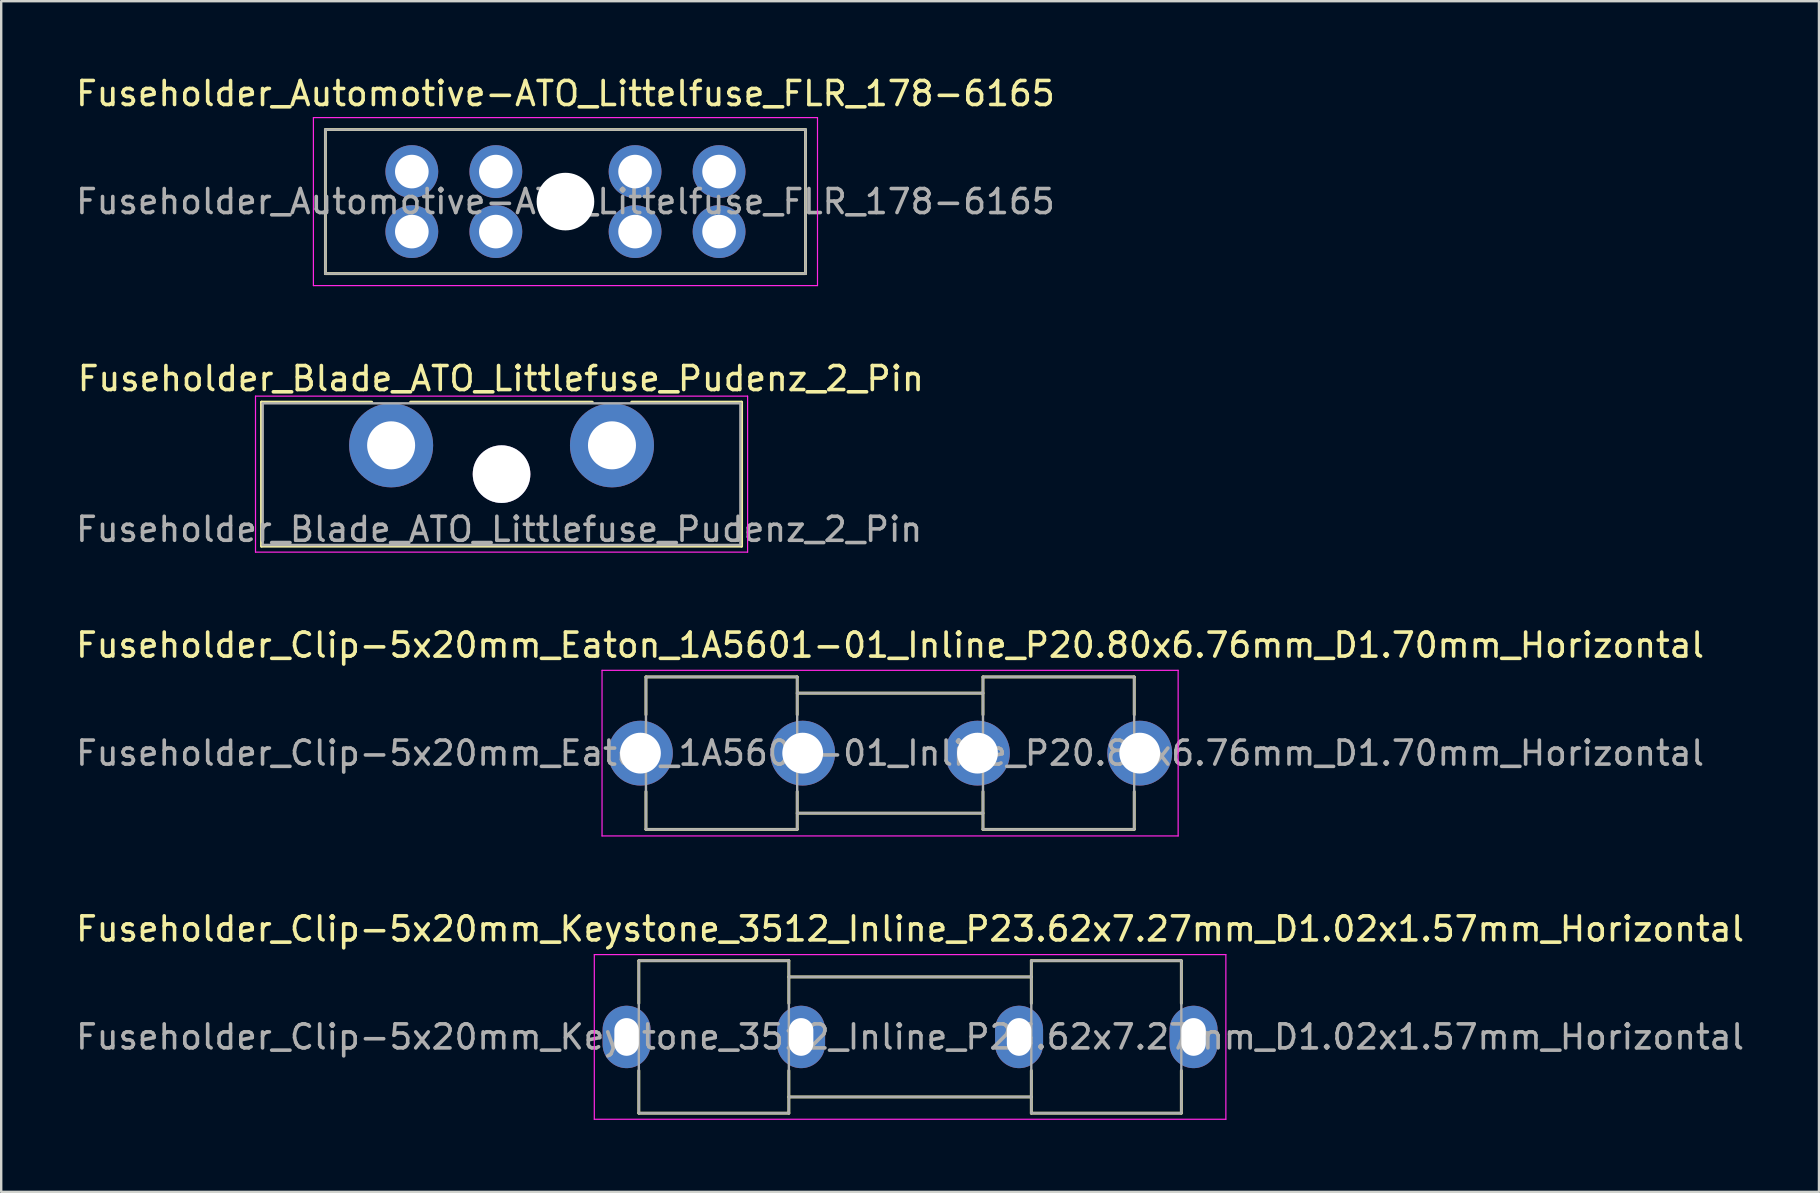
<source format=kicad_pcb>
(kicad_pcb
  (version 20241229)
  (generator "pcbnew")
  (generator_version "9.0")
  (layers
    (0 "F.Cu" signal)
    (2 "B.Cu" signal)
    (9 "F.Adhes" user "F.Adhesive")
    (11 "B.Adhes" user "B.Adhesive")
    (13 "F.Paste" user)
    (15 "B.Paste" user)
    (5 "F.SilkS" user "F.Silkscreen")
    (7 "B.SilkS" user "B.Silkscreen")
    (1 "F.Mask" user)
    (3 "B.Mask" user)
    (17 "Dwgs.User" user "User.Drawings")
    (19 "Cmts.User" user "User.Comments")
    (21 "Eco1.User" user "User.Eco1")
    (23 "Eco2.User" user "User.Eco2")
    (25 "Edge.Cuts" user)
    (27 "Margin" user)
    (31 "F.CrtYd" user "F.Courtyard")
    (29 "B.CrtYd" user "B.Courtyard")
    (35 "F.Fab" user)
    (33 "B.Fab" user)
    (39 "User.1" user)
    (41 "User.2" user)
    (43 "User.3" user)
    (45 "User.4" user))
  (footprint "Fuseholder_Automotive-ATO_Littelfuse_FLR_178-6165"
    (layer "F.Cu")
    (at 14.106 4.098)
    (property "Reference" "Fuseholder_Automotive-ATO_Littelfuse_FLR_178-6165" (at 6.4 -3.25 0) (layer "F.SilkS") (effects (font (size 1 1) (thickness 0.15))))
    (attr through_hole)
    (fp_line (start -3.6 -1.75) (end 16.4 -1.75) (stroke (width 0.12) (type solid)) (layer "F.SilkS"))
    (fp_line (start -3.6 4.25) (end -3.6 -1.75) (stroke (width 0.12) (type solid)) (layer "F.SilkS"))
    (fp_line (start 16.4 -1.75) (end 16.4 4.25) (stroke (width 0.12) (type solid)) (layer "F.SilkS"))
    (fp_line (start 16.4 4.25) (end -3.6 4.25) (stroke (width 0.12) (type solid)) (layer "F.SilkS"))
    (fp_line (start -4.1 -2.25) (end 16.9 -2.25) (stroke (width 0.05) (type solid)) (layer "F.CrtYd"))
    (fp_line (start -4.1 4.75) (end -4.1 -2.25) (stroke (width 0.05) (type solid)) (layer "F.CrtYd"))
    (fp_line (start 16.9 -2.25) (end 16.9 4.75) (stroke (width 0.05) (type solid)) (layer "F.CrtYd"))
    (fp_line (start 16.9 4.75) (end -4.1 4.75) (stroke (width 0.05) (type solid)) (layer "F.CrtYd"))
    (fp_line (start -3.6 -1.75) (end 16.4 -1.75) (stroke (width 0.1) (type solid)) (layer "F.Fab"))
    (fp_line (start -3.6 4.25) (end -3.6 -1.75) (stroke (width 0.1) (type solid)) (layer "F.Fab"))
    (fp_line (start 16.4 -1.75) (end 16.4 4.25) (stroke (width 0.1) (type solid)) (layer "F.Fab"))
    (fp_line (start 16.4 4.25) (end -3.6 4.25) (stroke (width 0.1) (type solid)) (layer "F.Fab"))
    (fp_text user "${REFERENCE}" (at 6.4 1.25 0) (layer "F.Fab") (effects (font (size 1 1) (thickness 0.15))))
    (pad "" np_thru_hole circle (at 6.4 1.25) (size 2.4 2.4) (drill 2.4) (layers "*.Cu" "*.Mask"))
    (pad "1" thru_hole circle (at 0 0) (size 2.2 2.2) (drill 1.4) (layers "*.Cu" "*.Mask"))
    (pad "1" thru_hole circle (at 0 2.5) (size 2.2 2.2) (drill 1.4) (layers "*.Cu" "*.Mask"))
    (pad "1" thru_hole circle (at 3.5 0) (size 2.2 2.2) (drill 1.4) (layers "*.Cu" "*.Mask"))
    (pad "1" thru_hole circle (at 3.5 2.5) (size 2.2 2.2) (drill 1.4) (layers "*.Cu" "*.Mask"))
    (pad "2" thru_hole circle (at 9.3 0) (size 2.2 2.2) (drill 1.4) (layers "*.Cu" "*.Mask"))
    (pad "2" thru_hole circle (at 9.3 2.5) (size 2.2 2.2) (drill 1.4) (layers "*.Cu" "*.Mask"))
    (pad "2" thru_hole circle (at 12.8 0) (size 2.2 2.2) (drill 1.4) (layers "*.Cu" "*.Mask"))
    (pad "2" thru_hole circle (at 12.8 2.5) (size 2.2 2.2) (drill 1.4) (layers "*.Cu" "*.Mask")))
  (footprint "Fuseholder_Clip-5x20mm_Eaton_1A5601-01_Inline_P20.80x6.76mm_D1.70mm_Horizontal"
    (layer "F.Cu")
    (at 23.63 28.325)
    (property "Reference" "Fuseholder_Clip-5x20mm_Eaton_1A5601-01_Inline_P20.80x6.76mm_D1.70mm_Horizontal" (at 10.4 -4.5 0) (layer "F.SilkS") (effects (font (size 1 1) (thickness 0.15))))
    (attr through_hole)
    (fp_line (start 0.23 -3.175) (end 0.23 -1.6) (stroke (width 0.12) (type solid)) (layer "F.SilkS"))
    (fp_line (start 0.23 3.175) (end 0.23 1.6) (stroke (width 0.12) (type solid)) (layer "F.SilkS"))
    (fp_line (start 6.53 -3.175) (end 0.23 -3.175) (stroke (width 0.12) (type solid)) (layer "F.SilkS"))
    (fp_line (start 6.53 -3.175) (end 6.53 -1.6) (stroke (width 0.12) (type solid)) (layer "F.SilkS"))
    (fp_line (start 6.53 3.175) (end 0.23 3.175) (stroke (width 0.12) (type solid)) (layer "F.SilkS"))
    (fp_line (start 6.53 3.175) (end 6.53 1.6) (stroke (width 0.12) (type solid)) (layer "F.SilkS"))
    (fp_line (start 14.27 -3.175) (end 14.27 -1.6) (stroke (width 0.12) (type solid)) (layer "F.SilkS"))
    (fp_line (start 14.27 -2.5) (end 6.53 -2.5) (stroke (width 0.12) (type solid)) (layer "F.SilkS"))
    (fp_line (start 14.27 2.5) (end 6.53 2.5) (stroke (width 0.12) (type solid)) (layer "F.SilkS"))
    (fp_line (start 14.27 3.175) (end 14.27 1.6) (stroke (width 0.12) (type solid)) (layer "F.SilkS"))
    (fp_line (start 14.27 3.175) (end 20.57 3.175) (stroke (width 0.12) (type solid)) (layer "F.SilkS"))
    (fp_line (start 20.57 -3.175) (end 14.27 -3.175) (stroke (width 0.12) (type solid)) (layer "F.SilkS"))
    (fp_line (start 20.57 -1.6) (end 20.57 -3.175) (stroke (width 0.12) (type solid)) (layer "F.SilkS"))
    (fp_line (start 20.57 1.6) (end 20.57 3.175) (stroke (width 0.12) (type solid)) (layer "F.SilkS"))
    (fp_line (start -1.6 -3.45) (end -1.6 3.45) (stroke (width 0.05) (type solid)) (layer "F.CrtYd"))
    (fp_line (start -1.6 -3.45) (end 22.4 -3.45) (stroke (width 0.05) (type solid)) (layer "F.CrtYd"))
    (fp_line (start 22.4 3.45) (end -1.6 3.45) (stroke (width 0.05) (type solid)) (layer "F.CrtYd"))
    (fp_line (start 22.4 3.45) (end 22.4 -3.45) (stroke (width 0.05) (type solid)) (layer "F.CrtYd"))
    (fp_line (start 0.23 -3.175) (end 6.53 -3.175) (stroke (width 0.1) (type solid)) (layer "F.Fab"))
    (fp_line (start 0.23 3.175) (end 0.23 -3.175) (stroke (width 0.1) (type solid)) (layer "F.Fab"))
    (fp_line (start 6.53 -3.175) (end 6.53 3.175) (stroke (width 0.1) (type solid)) (layer "F.Fab"))
    (fp_line (start 6.53 -2.5) (end 14.27 -2.5) (stroke (width 0.1) (type solid)) (layer "F.Fab"))
    (fp_line (start 6.53 3.175) (end 0.23 3.175) (stroke (width 0.1) (type solid)) (layer "F.Fab"))
    (fp_line (start 14.27 -3.175) (end 14.27 3.175) (stroke (width 0.1) (type solid)) (layer "F.Fab"))
    (fp_line (start 14.27 2.5) (end 6.53 2.5) (stroke (width 0.1) (type solid)) (layer "F.Fab"))
    (fp_line (start 14.27 3.175) (end 20.57 3.175) (stroke (width 0.1) (type solid)) (layer "F.Fab"))
    (fp_line (start 20.57 -3.175) (end 14.27 -3.175) (stroke (width 0.1) (type solid)) (layer "F.Fab"))
    (fp_line (start 20.57 3.175) (end 20.57 -3.175) (stroke (width 0.1) (type solid)) (layer "F.Fab"))
    (fp_text user "${REFERENCE}" (at 10.4 0 0) (layer "F.Fab") (effects (font (size 1 1) (thickness 0.15))))
    (pad "1" thru_hole circle (at 0 0) (size 2.7 2.7) (drill 1.7) (layers "*.Cu" "*.Mask"))
    (pad "1" thru_hole circle (at 6.76 0) (size 2.7 2.7) (drill 1.7) (layers "*.Cu" "*.Mask"))
    (pad "2" thru_hole circle (at 14.04 0) (size 2.7 2.7) (drill 1.7) (layers "*.Cu" "*.Mask"))
    (pad "2" thru_hole circle (at 20.8 0) (size 2.7 2.7) (drill 1.7) (layers "*.Cu" "*.Mask")))
  (footprint "Fuseholder_Blade_ATO_Littlefuse_Pudenz_2_Pin"
    (layer "F.Cu")
    (at 13.244 15.502)
    (property "Reference" "Fuseholder_Blade_ATO_Littlefuse_Pudenz_2_Pin" (at 4.57 -2.78 0) (layer "F.SilkS") (effects (font (size 1 1) (thickness 0.15))))
    (attr through_hole)
    (fp_line (start -5.4 -1.8) (end -0.81 -1.8) (stroke (width 0.12) (type solid)) (layer "F.SilkS"))
    (fp_line (start -5.4 4.2) (end -5.4 -1.8) (stroke (width 0.12) (type solid)) (layer "F.SilkS"))
    (fp_line (start 0.81 -1.8) (end 8.38 -1.8) (stroke (width 0.12) (type solid)) (layer "F.SilkS"))
    (fp_line (start 10.02 -1.8) (end 14.6 -1.8) (stroke (width 0.12) (type solid)) (layer "F.SilkS"))
    (fp_line (start 14.6 -1.8) (end 14.6 4.2) (stroke (width 0.12) (type solid)) (layer "F.SilkS"))
    (fp_line (start 14.6 4.2) (end -5.4 4.2) (stroke (width 0.12) (type solid)) (layer "F.SilkS"))
    (fp_line (start -5.65 -2.05) (end -5.65 4.45) (stroke (width 0.05) (type solid)) (layer "F.CrtYd"))
    (fp_line (start -5.65 -2.05) (end 14.85 -2.05) (stroke (width 0.05) (type solid)) (layer "F.CrtYd"))
    (fp_line (start 14.85 4.45) (end -5.65 4.45) (stroke (width 0.05) (type solid)) (layer "F.CrtYd"))
    (fp_line (start 14.85 4.45) (end 14.85 -2.05) (stroke (width 0.05) (type solid)) (layer "F.CrtYd"))
    (fp_line (start -5.35 -1.75) (end 14.55 -1.75) (stroke (width 0.1) (type solid)) (layer "F.Fab"))
    (fp_line (start -5.35 4.15) (end -5.35 -1.75) (stroke (width 0.1) (type solid)) (layer "F.Fab"))
    (fp_line (start 14.55 -1.75) (end 14.55 4.15) (stroke (width 0.1) (type solid)) (layer "F.Fab"))
    (fp_line (start 14.55 4.15) (end -5.35 4.15) (stroke (width 0.1) (type solid)) (layer "F.Fab"))
    (fp_text user "${REFERENCE}" (at 4.5 3.5 0) (layer "F.Fab") (effects (font (size 1 1) (thickness 0.15))))
    (pad "" thru_hole circle (at 4.6 1.2) (size 2.4 2.4) (drill 2.4) (layers "*.Cu" "*.Mask"))
    (pad "1" thru_hole circle (at 0 0) (size 3.5 3.5) (drill 2) (layers "*.Cu" "*.Mask"))
    (pad "2" thru_hole circle (at 9.2 0) (size 3.5 3.5) (drill 2) (layers "*.Cu" "*.Mask")))
  (footprint "Fuseholder_Clip-5x20mm_Keystone_3512_Inline_P23.62x7.27mm_D1.02x1.57mm_Horizontal"
    (layer "F.Cu")
    (at 23.053 40.148)
    (property "Reference" "Fuseholder_Clip-5x20mm_Keystone_3512_Inline_P23.62x7.27mm_D1.02x1.57mm_Horizontal" (at 11.81 -4.5 0) (layer "F.SilkS") (effects (font (size 1 1) (thickness 0.15))))
    (attr through_hole)
    (fp_line (start 0.51 -3.175) (end 0.51 -1.4) (stroke (width 0.12) (type solid)) (layer "F.SilkS"))
    (fp_line (start 0.51 3.175) (end 0.51 1.4) (stroke (width 0.12) (type solid)) (layer "F.SilkS"))
    (fp_line (start 6.76 -3.175) (end 0.51 -3.175) (stroke (width 0.12) (type solid)) (layer "F.SilkS"))
    (fp_line (start 6.76 -3.175) (end 6.76 -1.4) (stroke (width 0.12) (type solid)) (layer "F.SilkS"))
    (fp_line (start 6.76 3.175) (end 0.51 3.175) (stroke (width 0.12) (type solid)) (layer "F.SilkS"))
    (fp_line (start 6.76 3.175) (end 6.76 1.4) (stroke (width 0.12) (type solid)) (layer "F.SilkS"))
    (fp_line (start 16.86 -3.175) (end 16.86 -1.4) (stroke (width 0.12) (type solid)) (layer "F.SilkS"))
    (fp_line (start 16.86 -2.5) (end 6.76 -2.5) (stroke (width 0.12) (type solid)) (layer "F.SilkS"))
    (fp_line (start 16.86 2.5) (end 6.76 2.5) (stroke (width 0.12) (type solid)) (layer "F.SilkS"))
    (fp_line (start 16.86 3.175) (end 16.86 1.4) (stroke (width 0.12) (type solid)) (layer "F.SilkS"))
    (fp_line (start 16.86 3.175) (end 23.11 3.175) (stroke (width 0.12) (type solid)) (layer "F.SilkS"))
    (fp_line (start 23.11 -3.175) (end 16.86 -3.175) (stroke (width 0.12) (type solid)) (layer "F.SilkS"))
    (fp_line (start 23.11 -1.4) (end 23.11 -3.175) (stroke (width 0.12) (type solid)) (layer "F.SilkS"))
    (fp_line (start 23.11 1.4) (end 23.11 3.175) (stroke (width 0.12) (type solid)) (layer "F.SilkS"))
    (fp_line (start -1.345 -3.43) (end -1.345 3.43) (stroke (width 0.05) (type solid)) (layer "F.CrtYd"))
    (fp_line (start -1.345 -3.43) (end 24.965 -3.43) (stroke (width 0.05) (type solid)) (layer "F.CrtYd"))
    (fp_line (start 24.965 3.43) (end -1.345 3.43) (stroke (width 0.05) (type solid)) (layer "F.CrtYd"))
    (fp_line (start 24.965 3.43) (end 24.965 -3.43) (stroke (width 0.05) (type solid)) (layer "F.CrtYd"))
    (fp_line (start 0.51 -3.175) (end 6.76 -3.175) (stroke (width 0.1) (type solid)) (layer "F.Fab"))
    (fp_line (start 0.51 3.175) (end 0.51 -3.175) (stroke (width 0.1) (type solid)) (layer "F.Fab"))
    (fp_line (start 6.76 -3.175) (end 6.76 3.175) (stroke (width 0.1) (type solid)) (layer "F.Fab"))
    (fp_line (start 6.76 -2.5) (end 16.86 -2.5) (stroke (width 0.1) (type solid)) (layer "F.Fab"))
    (fp_line (start 6.76 3.175) (end 0.51 3.175) (stroke (width 0.1) (type solid)) (layer "F.Fab"))
    (fp_line (start 16.86 -3.175) (end 16.86 3.175) (stroke (width 0.1) (type solid)) (layer "F.Fab"))
    (fp_line (start 16.86 2.5) (end 6.76 2.5) (stroke (width 0.1) (type solid)) (layer "F.Fab"))
    (fp_line (start 16.86 3.175) (end 23.11 3.175) (stroke (width 0.1) (type solid)) (layer "F.Fab"))
    (fp_line (start 23.11 -3.175) (end 16.86 -3.175) (stroke (width 0.1) (type solid)) (layer "F.Fab"))
    (fp_line (start 23.11 3.175) (end 23.11 -3.175) (stroke (width 0.1) (type solid)) (layer "F.Fab"))
    (fp_text user "${REFERENCE}" (at 11.81 0 0) (layer "F.Fab") (effects (font (size 1 1) (thickness 0.15))))
    (pad "1" thru_hole oval (at 0 0) (size 2 2.6) (drill oval 1.02 1.57) (layers "*.Cu" "*.Mask"))
    (pad "1" thru_hole oval (at 7.27 0) (size 2 2.6) (drill oval 1.02 1.57) (layers "*.Cu" "*.Mask"))
    (pad "2" thru_hole oval (at 16.35 0) (size 2 2.6) (drill oval 1.02 1.57) (layers "*.Cu" "*.Mask"))
    (pad "2" thru_hole oval (at 23.62 0) (size 2 2.6) (drill oval 1.02 1.57) (layers "*.Cu" "*.Mask")))
  (gr_rect
    (start -3 -3)
    (end 72.726 46.603)
    (stroke (width 0.1) (type default))
    (fill no)
    (layer "Edge.Cuts")))
</source>
